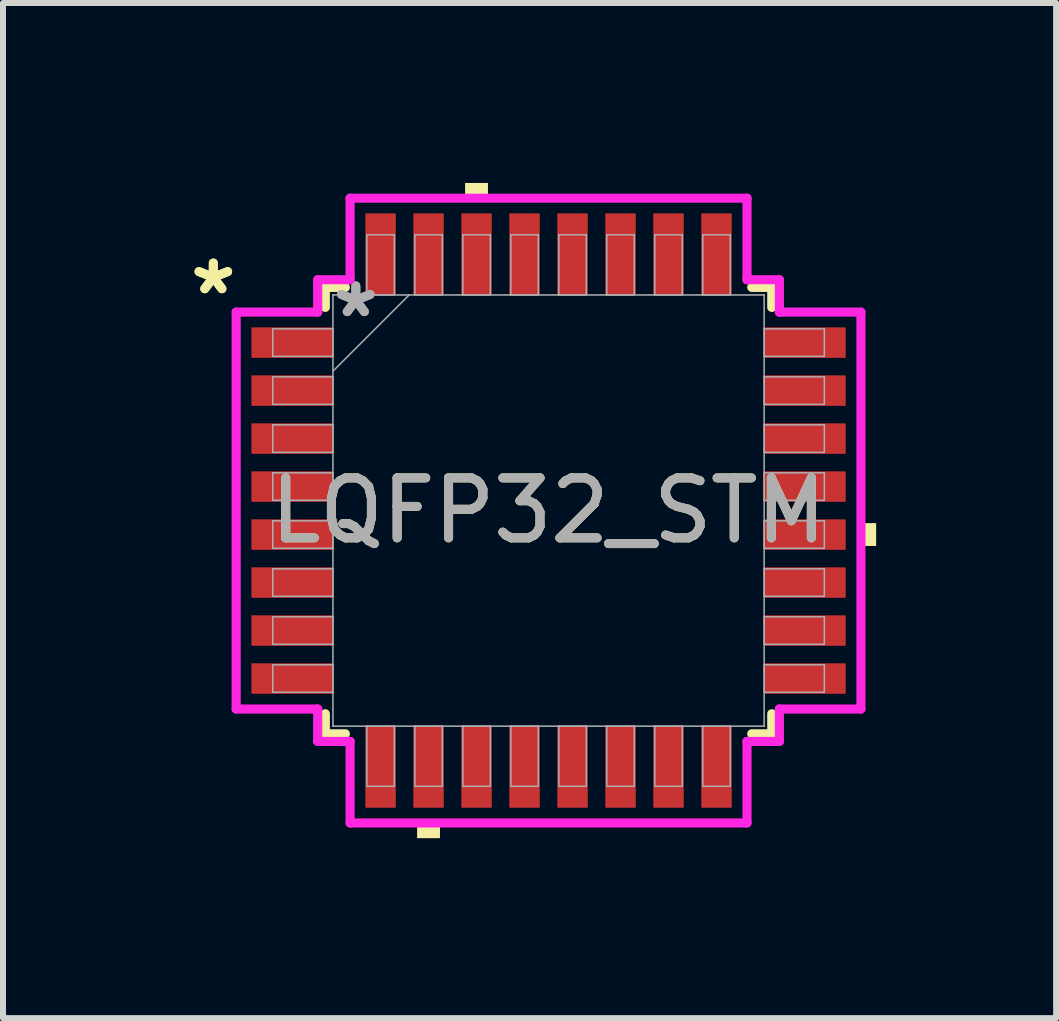
<source format=kicad_pcb>
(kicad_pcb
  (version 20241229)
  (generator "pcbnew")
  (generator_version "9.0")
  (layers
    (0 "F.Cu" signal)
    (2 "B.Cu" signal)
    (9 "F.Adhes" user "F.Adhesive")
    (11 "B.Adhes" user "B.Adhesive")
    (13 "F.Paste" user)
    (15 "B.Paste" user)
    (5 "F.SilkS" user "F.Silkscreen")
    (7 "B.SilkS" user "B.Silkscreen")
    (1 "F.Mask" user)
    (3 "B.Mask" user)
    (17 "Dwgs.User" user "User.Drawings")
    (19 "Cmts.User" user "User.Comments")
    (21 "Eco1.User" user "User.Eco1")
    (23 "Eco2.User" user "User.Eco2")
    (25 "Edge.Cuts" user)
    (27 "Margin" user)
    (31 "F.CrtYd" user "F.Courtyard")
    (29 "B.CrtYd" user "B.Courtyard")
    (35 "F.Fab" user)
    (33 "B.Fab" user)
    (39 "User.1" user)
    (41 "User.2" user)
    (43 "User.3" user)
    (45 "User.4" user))
  (footprint "LQFP32_STM"
    (layer "F.Cu")
    (at 6.094 5.461)
    (property "Reference" "LQFP32_STM" (at 0 0 0) (unlocked yes) (layer "F.SilkS") (effects (font (size 1 1) (thickness 0.15))))
    (attr smd)
    (fp_line (start -3.721 -3.721) (end -3.721 -3.387) (stroke (width 0.152) (type solid)) (layer "F.SilkS"))
    (fp_line (start -3.721 3.387) (end -3.721 3.721) (stroke (width 0.152) (type solid)) (layer "F.SilkS"))
    (fp_line (start -3.721 3.721) (end -3.387 3.721) (stroke (width 0.152) (type solid)) (layer "F.SilkS"))
    (fp_line (start -3.387 -3.721) (end -3.721 -3.721) (stroke (width 0.152) (type solid)) (layer "F.SilkS"))
    (fp_line (start 3.387 3.721) (end 3.721 3.721) (stroke (width 0.152) (type solid)) (layer "F.SilkS"))
    (fp_line (start 3.721 -3.721) (end 3.387 -3.721) (stroke (width 0.152) (type solid)) (layer "F.SilkS"))
    (fp_line (start 3.721 -3.387) (end 3.721 -3.721) (stroke (width 0.152) (type solid)) (layer "F.SilkS"))
    (fp_line (start 3.721 3.721) (end 3.721 3.387) (stroke (width 0.152) (type solid)) (layer "F.SilkS"))
    (fp_poly (pts (xy -2.191 5.207) (xy -2.191 5.461) (xy -1.81 5.461) (xy -1.81 5.207)) (stroke (width 0) (type solid)) (fill yes) (layer "F.SilkS"))
    (fp_poly (pts (xy -1.391 -5.207) (xy -1.391 -5.461) (xy -1.01 -5.461) (xy -1.01 -5.207)) (stroke (width 0) (type solid)) (fill yes) (layer "F.SilkS"))
    (fp_poly (pts (xy 5.461 0.209) (xy 5.461 0.59) (xy 5.207 0.59) (xy 5.207 0.209)) (stroke (width 0) (type solid)) (fill yes) (layer "F.SilkS"))
    (fp_line (start -5.207 -3.308) (end -3.848 -3.308) (stroke (width 0.152) (type solid)) (layer "F.CrtYd"))
    (fp_line (start -5.207 3.308) (end -5.207 -3.308) (stroke (width 0.152) (type solid)) (layer "F.CrtYd"))
    (fp_line (start -3.848 -3.848) (end -3.308 -3.848) (stroke (width 0.152) (type solid)) (layer "F.CrtYd"))
    (fp_line (start -3.848 -3.308) (end -3.848 -3.848) (stroke (width 0.152) (type solid)) (layer "F.CrtYd"))
    (fp_line (start -3.848 3.308) (end -5.207 3.308) (stroke (width 0.152) (type solid)) (layer "F.CrtYd"))
    (fp_line (start -3.848 3.848) (end -3.848 3.308) (stroke (width 0.152) (type solid)) (layer "F.CrtYd"))
    (fp_line (start -3.848 3.848) (end -3.308 3.848) (stroke (width 0.152) (type solid)) (layer "F.CrtYd"))
    (fp_line (start -3.308 -5.207) (end 3.308 -5.207) (stroke (width 0.152) (type solid)) (layer "F.CrtYd"))
    (fp_line (start -3.308 -3.848) (end -3.308 -5.207) (stroke (width 0.152) (type solid)) (layer "F.CrtYd"))
    (fp_line (start -3.308 3.848) (end -3.308 5.207) (stroke (width 0.152) (type solid)) (layer "F.CrtYd"))
    (fp_line (start -3.308 5.207) (end 3.308 5.207) (stroke (width 0.152) (type solid)) (layer "F.CrtYd"))
    (fp_line (start 3.308 -5.207) (end 3.308 -3.848) (stroke (width 0.152) (type solid)) (layer "F.CrtYd"))
    (fp_line (start 3.308 -3.848) (end 3.848 -3.848) (stroke (width 0.152) (type solid)) (layer "F.CrtYd"))
    (fp_line (start 3.308 3.848) (end 3.848 3.848) (stroke (width 0.152) (type solid)) (layer "F.CrtYd"))
    (fp_line (start 3.308 5.207) (end 3.308 3.848) (stroke (width 0.152) (type solid)) (layer "F.CrtYd"))
    (fp_line (start 3.848 -3.308) (end 3.848 -3.848) (stroke (width 0.152) (type solid)) (layer "F.CrtYd"))
    (fp_line (start 3.848 3.308) (end 5.207 3.308) (stroke (width 0.152) (type solid)) (layer "F.CrtYd"))
    (fp_line (start 3.848 3.848) (end 3.848 3.308) (stroke (width 0.152) (type solid)) (layer "F.CrtYd"))
    (fp_line (start 5.207 -3.308) (end 3.848 -3.308) (stroke (width 0.152) (type solid)) (layer "F.CrtYd"))
    (fp_line (start 5.207 3.308) (end 5.207 -3.308) (stroke (width 0.152) (type solid)) (layer "F.CrtYd"))
    (fp_line (start -4.597 -3.029) (end -4.597 -2.571) (stroke (width 0.025) (type solid)) (layer "F.Fab"))
    (fp_line (start -4.597 -2.571) (end -3.594 -2.571) (stroke (width 0.025) (type solid)) (layer "F.Fab"))
    (fp_line (start -4.597 -2.229) (end -4.597 -1.771) (stroke (width 0.025) (type solid)) (layer "F.Fab"))
    (fp_line (start -4.597 -1.771) (end -3.594 -1.771) (stroke (width 0.025) (type solid)) (layer "F.Fab"))
    (fp_line (start -4.597 -1.429) (end -4.597 -0.971) (stroke (width 0.025) (type solid)) (layer "F.Fab"))
    (fp_line (start -4.597 -0.971) (end -3.594 -0.971) (stroke (width 0.025) (type solid)) (layer "F.Fab"))
    (fp_line (start -4.597 -0.629) (end -4.597 -0.171) (stroke (width 0.025) (type solid)) (layer "F.Fab"))
    (fp_line (start -4.597 -0.171) (end -3.594 -0.171) (stroke (width 0.025) (type solid)) (layer "F.Fab"))
    (fp_line (start -4.597 0.171) (end -4.597 0.629) (stroke (width 0.025) (type solid)) (layer "F.Fab"))
    (fp_line (start -4.597 0.629) (end -3.594 0.629) (stroke (width 0.025) (type solid)) (layer "F.Fab"))
    (fp_line (start -4.597 0.971) (end -4.597 1.429) (stroke (width 0.025) (type solid)) (layer "F.Fab"))
    (fp_line (start -4.597 1.429) (end -3.594 1.429) (stroke (width 0.025) (type solid)) (layer "F.Fab"))
    (fp_line (start -4.597 1.771) (end -4.597 2.229) (stroke (width 0.025) (type solid)) (layer "F.Fab"))
    (fp_line (start -4.597 2.229) (end -3.594 2.229) (stroke (width 0.025) (type solid)) (layer "F.Fab"))
    (fp_line (start -4.597 2.571) (end -4.597 3.029) (stroke (width 0.025) (type solid)) (layer "F.Fab"))
    (fp_line (start -4.597 3.029) (end -3.594 3.029) (stroke (width 0.025) (type solid)) (layer "F.Fab"))
    (fp_line (start -3.594 -3.594) (end -3.594 -3.594) (stroke (width 0.025) (type solid)) (layer "F.Fab"))
    (fp_line (start -3.594 -3.594) (end -3.594 3.594) (stroke (width 0.025) (type solid)) (layer "F.Fab"))
    (fp_line (start -3.594 -3.029) (end -4.597 -3.029) (stroke (width 0.025) (type solid)) (layer "F.Fab"))
    (fp_line (start -3.594 -2.571) (end -3.594 -3.029) (stroke (width 0.025) (type solid)) (layer "F.Fab"))
    (fp_line (start -3.594 -2.324) (end -2.324 -3.594) (stroke (width 0.025) (type solid)) (layer "F.Fab"))
    (fp_line (start -3.594 -2.229) (end -4.597 -2.229) (stroke (width 0.025) (type solid)) (layer "F.Fab"))
    (fp_line (start -3.594 -1.771) (end -3.594 -2.229) (stroke (width 0.025) (type solid)) (layer "F.Fab"))
    (fp_line (start -3.594 -1.429) (end -4.597 -1.429) (stroke (width 0.025) (type solid)) (layer "F.Fab"))
    (fp_line (start -3.594 -0.971) (end -3.594 -1.429) (stroke (width 0.025) (type solid)) (layer "F.Fab"))
    (fp_line (start -3.594 -0.629) (end -4.597 -0.629) (stroke (width 0.025) (type solid)) (layer "F.Fab"))
    (fp_line (start -3.594 -0.171) (end -3.594 -0.629) (stroke (width 0.025) (type solid)) (layer "F.Fab"))
    (fp_line (start -3.594 0.171) (end -4.597 0.171) (stroke (width 0.025) (type solid)) (layer "F.Fab"))
    (fp_line (start -3.594 0.629) (end -3.594 0.171) (stroke (width 0.025) (type solid)) (layer "F.Fab"))
    (fp_line (start -3.594 0.971) (end -4.597 0.971) (stroke (width 0.025) (type solid)) (layer "F.Fab"))
    (fp_line (start -3.594 1.429) (end -3.594 0.971) (stroke (width 0.025) (type solid)) (layer "F.Fab"))
    (fp_line (start -3.594 1.771) (end -4.597 1.771) (stroke (width 0.025) (type solid)) (layer "F.Fab"))
    (fp_line (start -3.594 2.229) (end -3.594 1.771) (stroke (width 0.025) (type solid)) (layer "F.Fab"))
    (fp_line (start -3.594 2.571) (end -4.597 2.571) (stroke (width 0.025) (type solid)) (layer "F.Fab"))
    (fp_line (start -3.594 3.029) (end -3.594 2.571) (stroke (width 0.025) (type solid)) (layer "F.Fab"))
    (fp_line (start -3.594 3.594) (end -3.594 3.594) (stroke (width 0.025) (type solid)) (layer "F.Fab"))
    (fp_line (start -3.594 3.594) (end 3.594 3.594) (stroke (width 0.025) (type solid)) (layer "F.Fab"))
    (fp_line (start -3.029 -4.597) (end -3.029 -3.594) (stroke (width 0.025) (type solid)) (layer "F.Fab"))
    (fp_line (start -3.029 -3.594) (end -2.571 -3.594) (stroke (width 0.025) (type solid)) (layer "F.Fab"))
    (fp_line (start -3.029 3.594) (end -3.029 4.597) (stroke (width 0.025) (type solid)) (layer "F.Fab"))
    (fp_line (start -3.029 4.597) (end -2.571 4.597) (stroke (width 0.025) (type solid)) (layer "F.Fab"))
    (fp_line (start -2.571 -4.597) (end -3.029 -4.597) (stroke (width 0.025) (type solid)) (layer "F.Fab"))
    (fp_line (start -2.571 -3.594) (end -2.571 -4.597) (stroke (width 0.025) (type solid)) (layer "F.Fab"))
    (fp_line (start -2.571 3.594) (end -3.029 3.594) (stroke (width 0.025) (type solid)) (layer "F.Fab"))
    (fp_line (start -2.571 4.597) (end -2.571 3.594) (stroke (width 0.025) (type solid)) (layer "F.Fab"))
    (fp_line (start -2.229 -4.597) (end -2.229 -3.594) (stroke (width 0.025) (type solid)) (layer "F.Fab"))
    (fp_line (start -2.229 -3.594) (end -1.771 -3.594) (stroke (width 0.025) (type solid)) (layer "F.Fab"))
    (fp_line (start -2.229 3.594) (end -2.229 4.597) (stroke (width 0.025) (type solid)) (layer "F.Fab"))
    (fp_line (start -2.229 4.597) (end -1.771 4.597) (stroke (width 0.025) (type solid)) (layer "F.Fab"))
    (fp_line (start -1.771 -4.597) (end -2.229 -4.597) (stroke (width 0.025) (type solid)) (layer "F.Fab"))
    (fp_line (start -1.771 -3.594) (end -1.771 -4.597) (stroke (width 0.025) (type solid)) (layer "F.Fab"))
    (fp_line (start -1.771 3.594) (end -2.229 3.594) (stroke (width 0.025) (type solid)) (layer "F.Fab"))
    (fp_line (start -1.771 4.597) (end -1.771 3.594) (stroke (width 0.025) (type solid)) (layer "F.Fab"))
    (fp_line (start -1.429 -4.597) (end -1.429 -3.594) (stroke (width 0.025) (type solid)) (layer "F.Fab"))
    (fp_line (start -1.429 -3.594) (end -0.971 -3.594) (stroke (width 0.025) (type solid)) (layer "F.Fab"))
    (fp_line (start -1.429 3.594) (end -1.429 4.597) (stroke (width 0.025) (type solid)) (layer "F.Fab"))
    (fp_line (start -1.429 4.597) (end -0.971 4.597) (stroke (width 0.025) (type solid)) (layer "F.Fab"))
    (fp_line (start -0.971 -4.597) (end -1.429 -4.597) (stroke (width 0.025) (type solid)) (layer "F.Fab"))
    (fp_line (start -0.971 -3.594) (end -0.971 -4.597) (stroke (width 0.025) (type solid)) (layer "F.Fab"))
    (fp_line (start -0.971 3.594) (end -1.429 3.594) (stroke (width 0.025) (type solid)) (layer "F.Fab"))
    (fp_line (start -0.971 4.597) (end -0.971 3.594) (stroke (width 0.025) (type solid)) (layer "F.Fab"))
    (fp_line (start -0.629 -4.597) (end -0.629 -3.594) (stroke (width 0.025) (type solid)) (layer "F.Fab"))
    (fp_line (start -0.629 -3.594) (end -0.171 -3.594) (stroke (width 0.025) (type solid)) (layer "F.Fab"))
    (fp_line (start -0.629 3.594) (end -0.629 4.597) (stroke (width 0.025) (type solid)) (layer "F.Fab"))
    (fp_line (start -0.629 4.597) (end -0.171 4.597) (stroke (width 0.025) (type solid)) (layer "F.Fab"))
    (fp_line (start -0.171 -4.597) (end -0.629 -4.597) (stroke (width 0.025) (type solid)) (layer "F.Fab"))
    (fp_line (start -0.171 -3.594) (end -0.171 -4.597) (stroke (width 0.025) (type solid)) (layer "F.Fab"))
    (fp_line (start -0.171 3.594) (end -0.629 3.594) (stroke (width 0.025) (type solid)) (layer "F.Fab"))
    (fp_line (start -0.171 4.597) (end -0.171 3.594) (stroke (width 0.025) (type solid)) (layer "F.Fab"))
    (fp_line (start 0.171 -4.597) (end 0.171 -3.594) (stroke (width 0.025) (type solid)) (layer "F.Fab"))
    (fp_line (start 0.171 -3.594) (end 0.629 -3.594) (stroke (width 0.025) (type solid)) (layer "F.Fab"))
    (fp_line (start 0.171 3.594) (end 0.171 4.597) (stroke (width 0.025) (type solid)) (layer "F.Fab"))
    (fp_line (start 0.171 4.597) (end 0.629 4.597) (stroke (width 0.025) (type solid)) (layer "F.Fab"))
    (fp_line (start 0.629 -4.597) (end 0.171 -4.597) (stroke (width 0.025) (type solid)) (layer "F.Fab"))
    (fp_line (start 0.629 -3.594) (end 0.629 -4.597) (stroke (width 0.025) (type solid)) (layer "F.Fab"))
    (fp_line (start 0.629 3.594) (end 0.171 3.594) (stroke (width 0.025) (type solid)) (layer "F.Fab"))
    (fp_line (start 0.629 4.597) (end 0.629 3.594) (stroke (width 0.025) (type solid)) (layer "F.Fab"))
    (fp_line (start 0.971 -4.597) (end 0.971 -3.594) (stroke (width 0.025) (type solid)) (layer "F.Fab"))
    (fp_line (start 0.971 -3.594) (end 1.429 -3.594) (stroke (width 0.025) (type solid)) (layer "F.Fab"))
    (fp_line (start 0.971 3.594) (end 0.971 4.597) (stroke (width 0.025) (type solid)) (layer "F.Fab"))
    (fp_line (start 0.971 4.597) (end 1.429 4.597) (stroke (width 0.025) (type solid)) (layer "F.Fab"))
    (fp_line (start 1.429 -4.597) (end 0.971 -4.597) (stroke (width 0.025) (type solid)) (layer "F.Fab"))
    (fp_line (start 1.429 -3.594) (end 1.429 -4.597) (stroke (width 0.025) (type solid)) (layer "F.Fab"))
    (fp_line (start 1.429 3.594) (end 0.971 3.594) (stroke (width 0.025) (type solid)) (layer "F.Fab"))
    (fp_line (start 1.429 4.597) (end 1.429 3.594) (stroke (width 0.025) (type solid)) (layer "F.Fab"))
    (fp_line (start 1.771 -4.597) (end 1.771 -3.594) (stroke (width 0.025) (type solid)) (layer "F.Fab"))
    (fp_line (start 1.771 -3.594) (end 2.229 -3.594) (stroke (width 0.025) (type solid)) (layer "F.Fab"))
    (fp_line (start 1.771 3.594) (end 1.771 4.597) (stroke (width 0.025) (type solid)) (layer "F.Fab"))
    (fp_line (start 1.771 4.597) (end 2.229 4.597) (stroke (width 0.025) (type solid)) (layer "F.Fab"))
    (fp_line (start 2.229 -4.597) (end 1.771 -4.597) (stroke (width 0.025) (type solid)) (layer "F.Fab"))
    (fp_line (start 2.229 -3.594) (end 2.229 -4.597) (stroke (width 0.025) (type solid)) (layer "F.Fab"))
    (fp_line (start 2.229 3.594) (end 1.771 3.594) (stroke (width 0.025) (type solid)) (layer "F.Fab"))
    (fp_line (start 2.229 4.597) (end 2.229 3.594) (stroke (width 0.025) (type solid)) (layer "F.Fab"))
    (fp_line (start 2.571 -4.597) (end 2.571 -3.594) (stroke (width 0.025) (type solid)) (layer "F.Fab"))
    (fp_line (start 2.571 -3.594) (end 3.029 -3.594) (stroke (width 0.025) (type solid)) (layer "F.Fab"))
    (fp_line (start 2.571 3.594) (end 2.571 4.597) (stroke (width 0.025) (type solid)) (layer "F.Fab"))
    (fp_line (start 2.571 4.597) (end 3.029 4.597) (stroke (width 0.025) (type solid)) (layer "F.Fab"))
    (fp_line (start 3.029 -4.597) (end 2.571 -4.597) (stroke (width 0.025) (type solid)) (layer "F.Fab"))
    (fp_line (start 3.029 -3.594) (end 3.029 -4.597) (stroke (width 0.025) (type solid)) (layer "F.Fab"))
    (fp_line (start 3.029 3.594) (end 2.571 3.594) (stroke (width 0.025) (type solid)) (layer "F.Fab"))
    (fp_line (start 3.029 4.597) (end 3.029 3.594) (stroke (width 0.025) (type solid)) (layer "F.Fab"))
    (fp_line (start 3.594 -3.594) (end -3.594 -3.594) (stroke (width 0.025) (type solid)) (layer "F.Fab"))
    (fp_line (start 3.594 -3.594) (end 3.594 -3.594) (stroke (width 0.025) (type solid)) (layer "F.Fab"))
    (fp_line (start 3.594 -3.029) (end 3.594 -2.571) (stroke (width 0.025) (type solid)) (layer "F.Fab"))
    (fp_line (start 3.594 -2.571) (end 4.597 -2.571) (stroke (width 0.025) (type solid)) (layer "F.Fab"))
    (fp_line (start 3.594 -2.229) (end 3.594 -1.771) (stroke (width 0.025) (type solid)) (layer "F.Fab"))
    (fp_line (start 3.594 -1.771) (end 4.597 -1.771) (stroke (width 0.025) (type solid)) (layer "F.Fab"))
    (fp_line (start 3.594 -1.429) (end 3.594 -0.971) (stroke (width 0.025) (type solid)) (layer "F.Fab"))
    (fp_line (start 3.594 -0.971) (end 4.597 -0.971) (stroke (width 0.025) (type solid)) (layer "F.Fab"))
    (fp_line (start 3.594 -0.629) (end 3.594 -0.171) (stroke (width 0.025) (type solid)) (layer "F.Fab"))
    (fp_line (start 3.594 -0.171) (end 4.597 -0.171) (stroke (width 0.025) (type solid)) (layer "F.Fab"))
    (fp_line (start 3.594 0.171) (end 3.594 0.629) (stroke (width 0.025) (type solid)) (layer "F.Fab"))
    (fp_line (start 3.594 0.629) (end 4.597 0.629) (stroke (width 0.025) (type solid)) (layer "F.Fab"))
    (fp_line (start 3.594 0.971) (end 3.594 1.429) (stroke (width 0.025) (type solid)) (layer "F.Fab"))
    (fp_line (start 3.594 1.429) (end 4.597 1.429) (stroke (width 0.025) (type solid)) (layer "F.Fab"))
    (fp_line (start 3.594 1.771) (end 3.594 2.229) (stroke (width 0.025) (type solid)) (layer "F.Fab"))
    (fp_line (start 3.594 2.229) (end 4.597 2.229) (stroke (width 0.025) (type solid)) (layer "F.Fab"))
    (fp_line (start 3.594 2.571) (end 3.594 3.029) (stroke (width 0.025) (type solid)) (layer "F.Fab"))
    (fp_line (start 3.594 3.029) (end 4.597 3.029) (stroke (width 0.025) (type solid)) (layer "F.Fab"))
    (fp_line (start 3.594 3.594) (end 3.594 -3.594) (stroke (width 0.025) (type solid)) (layer "F.Fab"))
    (fp_line (start 3.594 3.594) (end 3.594 3.594) (stroke (width 0.025) (type solid)) (layer "F.Fab"))
    (fp_line (start 4.597 -3.029) (end 3.594 -3.029) (stroke (width 0.025) (type solid)) (layer "F.Fab"))
    (fp_line (start 4.597 -2.571) (end 4.597 -3.029) (stroke (width 0.025) (type solid)) (layer "F.Fab"))
    (fp_line (start 4.597 -2.229) (end 3.594 -2.229) (stroke (width 0.025) (type solid)) (layer "F.Fab"))
    (fp_line (start 4.597 -1.771) (end 4.597 -2.229) (stroke (width 0.025) (type solid)) (layer "F.Fab"))
    (fp_line (start 4.597 -1.429) (end 3.594 -1.429) (stroke (width 0.025) (type solid)) (layer "F.Fab"))
    (fp_line (start 4.597 -0.971) (end 4.597 -1.429) (stroke (width 0.025) (type solid)) (layer "F.Fab"))
    (fp_line (start 4.597 -0.629) (end 3.594 -0.629) (stroke (width 0.025) (type solid)) (layer "F.Fab"))
    (fp_line (start 4.597 -0.171) (end 4.597 -0.629) (stroke (width 0.025) (type solid)) (layer "F.Fab"))
    (fp_line (start 4.597 0.171) (end 3.594 0.171) (stroke (width 0.025) (type solid)) (layer "F.Fab"))
    (fp_line (start 4.597 0.629) (end 4.597 0.171) (stroke (width 0.025) (type solid)) (layer "F.Fab"))
    (fp_line (start 4.597 0.971) (end 3.594 0.971) (stroke (width 0.025) (type solid)) (layer "F.Fab"))
    (fp_line (start 4.597 1.429) (end 4.597 0.971) (stroke (width 0.025) (type solid)) (layer "F.Fab"))
    (fp_line (start 4.597 1.771) (end 3.594 1.771) (stroke (width 0.025) (type solid)) (layer "F.Fab"))
    (fp_line (start 4.597 2.229) (end 4.597 1.771) (stroke (width 0.025) (type solid)) (layer "F.Fab"))
    (fp_line (start 4.597 2.571) (end 3.594 2.571) (stroke (width 0.025) (type solid)) (layer "F.Fab"))
    (fp_line (start 4.597 3.029) (end 4.597 2.571) (stroke (width 0.025) (type solid)) (layer "F.Fab"))
    (fp_text user "*" (at -5.588 -3.581 0) (layer "F.SilkS") (effects (font (size 1 1) (thickness 0.15))))
    (fp_text user "*" (at -5.588 -3.581 0) (unlocked yes) (layer "F.SilkS") (effects (font (size 1 1) (thickness 0.15))))
    (fp_text user "*" (at -3.213 -3.2 0) (unlocked yes) (layer "F.Fab") (effects (font (size 1 1) (thickness 0.15))))
    (fp_text user "${REFERENCE}" (at 0 0 0) (unlocked yes) (layer "F.Fab") (effects (font (size 1 1) (thickness 0.15))))
    (fp_text user "*" (at -3.213 -3.2 0) (layer "F.Fab") (effects (font (size 1 1) (thickness 0.15))))
    (pad "1" smd rect (at -4.274 -2.8 90) (size 0.508 1.359) (layers "F.Cu" "F.Mask" "F.Paste"))
    (pad "2" smd rect (at -4.274 -2 90) (size 0.508 1.359) (layers "F.Cu" "F.Mask" "F.Paste"))
    (pad "3" smd rect (at -4.274 -1.2 90) (size 0.508 1.359) (layers "F.Cu" "F.Mask" "F.Paste"))
    (pad "4" smd rect (at -4.274 -0.4 90) (size 0.508 1.359) (layers "F.Cu" "F.Mask" "F.Paste"))
    (pad "5" smd rect (at -4.274 0.4 90) (size 0.508 1.359) (layers "F.Cu" "F.Mask" "F.Paste"))
    (pad "6" smd rect (at -4.274 1.2 90) (size 0.508 1.359) (layers "F.Cu" "F.Mask" "F.Paste"))
    (pad "7" smd rect (at -4.274 2 90) (size 0.508 1.359) (layers "F.Cu" "F.Mask" "F.Paste"))
    (pad "8" smd rect (at -4.274 2.8 90) (size 0.508 1.359) (layers "F.Cu" "F.Mask" "F.Paste"))
    (pad "9" smd rect (at -2.8 4.274) (size 0.508 1.359) (layers "F.Cu" "F.Mask" "F.Paste"))
    (pad "10" smd rect (at -2 4.274) (size 0.508 1.359) (layers "F.Cu" "F.Mask" "F.Paste"))
    (pad "11" smd rect (at -1.2 4.274) (size 0.508 1.359) (layers "F.Cu" "F.Mask" "F.Paste"))
    (pad "12" smd rect (at -0.4 4.274) (size 0.508 1.359) (layers "F.Cu" "F.Mask" "F.Paste"))
    (pad "13" smd rect (at 0.4 4.274) (size 0.508 1.359) (layers "F.Cu" "F.Mask" "F.Paste"))
    (pad "14" smd rect (at 1.2 4.274) (size 0.508 1.359) (layers "F.Cu" "F.Mask" "F.Paste"))
    (pad "15" smd rect (at 2 4.274) (size 0.508 1.359) (layers "F.Cu" "F.Mask" "F.Paste"))
    (pad "16" smd rect (at 2.8 4.274) (size 0.508 1.359) (layers "F.Cu" "F.Mask" "F.Paste"))
    (pad "17" smd rect (at 4.274 2.8 90) (size 0.508 1.359) (layers "F.Cu" "F.Mask" "F.Paste"))
    (pad "18" smd rect (at 4.274 2 90) (size 0.508 1.359) (layers "F.Cu" "F.Mask" "F.Paste"))
    (pad "19" smd rect (at 4.274 1.2 90) (size 0.508 1.359) (layers "F.Cu" "F.Mask" "F.Paste"))
    (pad "20" smd rect (at 4.274 0.4 90) (size 0.508 1.359) (layers "F.Cu" "F.Mask" "F.Paste"))
    (pad "21" smd rect (at 4.274 -0.4 90) (size 0.508 1.359) (layers "F.Cu" "F.Mask" "F.Paste"))
    (pad "22" smd rect (at 4.274 -1.2 90) (size 0.508 1.359) (layers "F.Cu" "F.Mask" "F.Paste"))
    (pad "23" smd rect (at 4.274 -2 90) (size 0.508 1.359) (layers "F.Cu" "F.Mask" "F.Paste"))
    (pad "24" smd rect (at 4.274 -2.8 90) (size 0.508 1.359) (layers "F.Cu" "F.Mask" "F.Paste"))
    (pad "25" smd rect (at 2.8 -4.274) (size 0.508 1.359) (layers "F.Cu" "F.Mask" "F.Paste"))
    (pad "26" smd rect (at 2 -4.274) (size 0.508 1.359) (layers "F.Cu" "F.Mask" "F.Paste"))
    (pad "27" smd rect (at 1.2 -4.274) (size 0.508 1.359) (layers "F.Cu" "F.Mask" "F.Paste"))
    (pad "28" smd rect (at 0.4 -4.274) (size 0.508 1.359) (layers "F.Cu" "F.Mask" "F.Paste"))
    (pad "29" smd rect (at -0.4 -4.274) (size 0.508 1.359) (layers "F.Cu" "F.Mask" "F.Paste"))
    (pad "30" smd rect (at -1.2 -4.274) (size 0.508 1.359) (layers "F.Cu" "F.Mask" "F.Paste"))
    (pad "31" smd rect (at -2 -4.274) (size 0.508 1.359) (layers "F.Cu" "F.Mask" "F.Paste"))
    (pad "32" smd rect (at -2.8 -4.274) (size 0.508 1.359) (layers "F.Cu" "F.Mask" "F.Paste")))
  (gr_rect
    (start -3 -3)
    (end 14.555 13.922)
    (stroke (width 0.1) (type default))
    (fill no)
    (layer "Edge.Cuts")))
</source>
